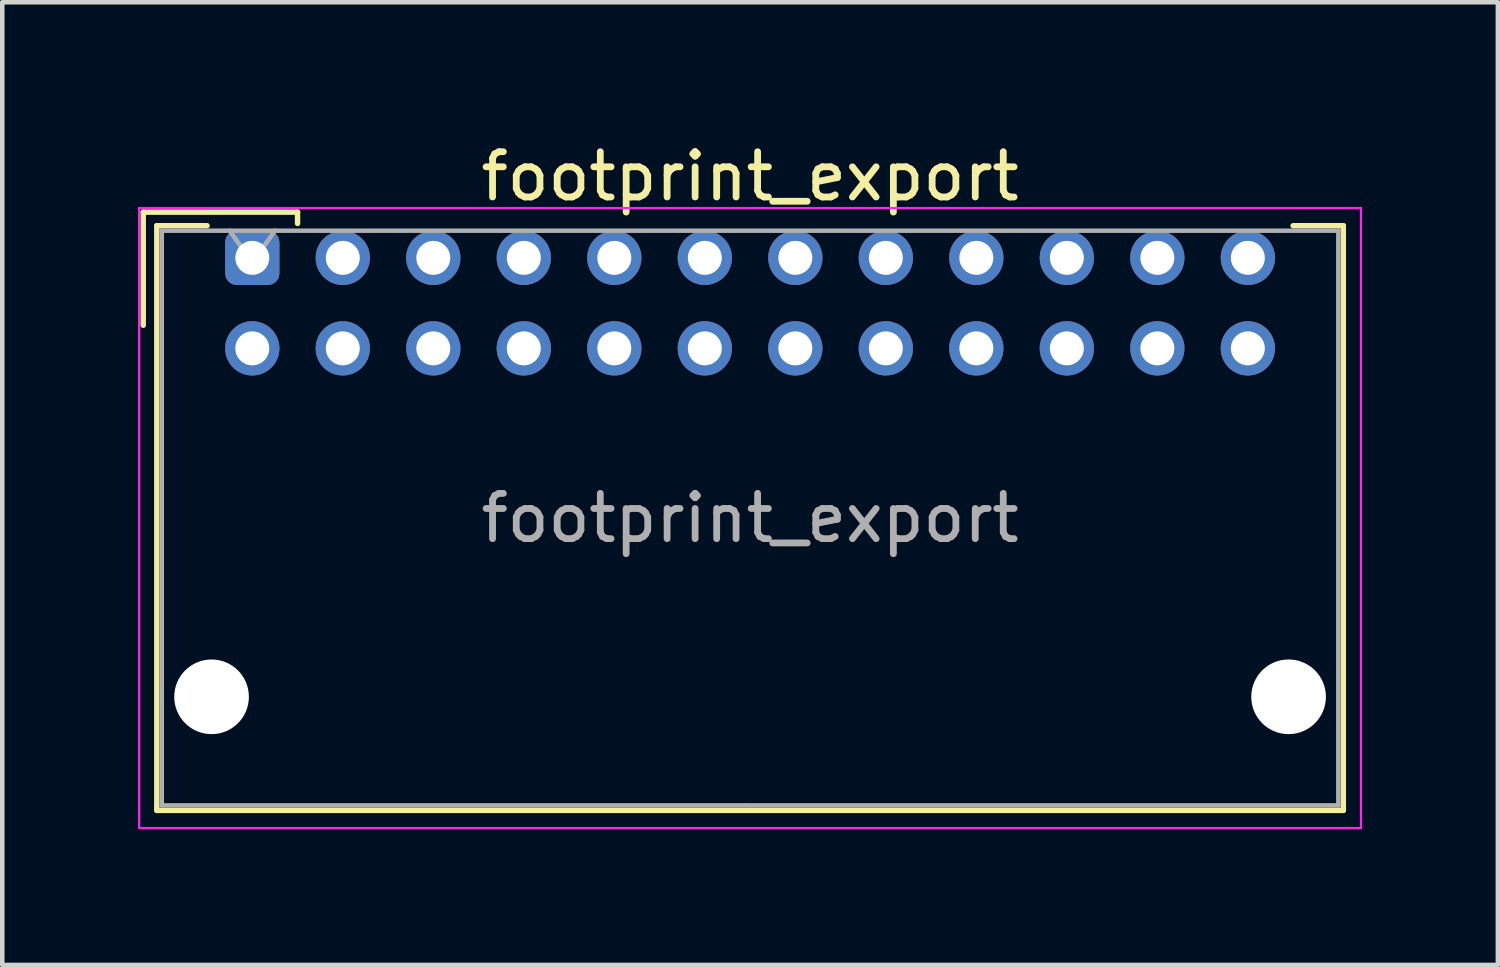
<source format=kicad_pcb>
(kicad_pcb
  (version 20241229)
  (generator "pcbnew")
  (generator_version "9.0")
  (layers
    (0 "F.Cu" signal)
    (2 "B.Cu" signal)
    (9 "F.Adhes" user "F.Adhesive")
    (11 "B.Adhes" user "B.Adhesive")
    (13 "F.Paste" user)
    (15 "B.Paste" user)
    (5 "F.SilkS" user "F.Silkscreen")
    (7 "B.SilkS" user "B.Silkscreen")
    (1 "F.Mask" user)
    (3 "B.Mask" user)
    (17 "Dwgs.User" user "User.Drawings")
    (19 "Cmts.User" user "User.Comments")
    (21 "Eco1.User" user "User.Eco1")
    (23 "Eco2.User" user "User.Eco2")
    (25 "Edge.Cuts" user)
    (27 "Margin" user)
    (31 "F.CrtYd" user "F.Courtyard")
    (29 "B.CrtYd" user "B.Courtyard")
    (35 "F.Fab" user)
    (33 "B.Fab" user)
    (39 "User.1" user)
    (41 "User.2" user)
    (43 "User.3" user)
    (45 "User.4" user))
  (footprint "footprint_export"
    (layer "F.Cu")
    (at 2.525 2.648)
    (property "Reference" "footprint_export" (at 11 -1.8 0) (layer "F.SilkS") (effects (font (size 1 1) (thickness 0.15))))
    (attr through_hole)
    (fp_line (start -2.41 -1.01) (end -2.41 1.49) (stroke (width 0.12) (type solid)) (layer "F.SilkS"))
    (fp_line (start -2.11 -0.71) (end -2.11 12.21) (stroke (width 0.12) (type solid)) (layer "F.SilkS"))
    (fp_line (start -2.11 12.21) (end 11 12.21) (stroke (width 0.12) (type solid)) (layer "F.SilkS"))
    (fp_line (start -1 -0.71) (end -2.11 -0.71) (stroke (width 0.12) (type solid)) (layer "F.SilkS"))
    (fp_line (start 1 -1.01) (end -2.41 -1.01) (stroke (width 0.12) (type solid)) (layer "F.SilkS"))
    (fp_line (start 1 -0.76) (end 1 -1.01) (stroke (width 0.12) (type solid)) (layer "F.SilkS"))
    (fp_line (start 23 -0.71) (end 24.11 -0.71) (stroke (width 0.12) (type solid)) (layer "F.SilkS"))
    (fp_line (start 24.11 -0.71) (end 24.11 12.21) (stroke (width 0.12) (type solid)) (layer "F.SilkS"))
    (fp_line (start 24.11 12.21) (end 11 12.21) (stroke (width 0.12) (type solid)) (layer "F.SilkS"))
    (fp_line (start -2.5 -1.1) (end -2.5 12.6) (stroke (width 0.05) (type solid)) (layer "F.CrtYd"))
    (fp_line (start -2.5 12.6) (end 24.5 12.6) (stroke (width 0.05) (type solid)) (layer "F.CrtYd"))
    (fp_line (start 24.5 -1.1) (end -2.5 -1.1) (stroke (width 0.05) (type solid)) (layer "F.CrtYd"))
    (fp_line (start 24.5 12.6) (end 24.5 -1.1) (stroke (width 0.05) (type solid)) (layer "F.CrtYd"))
    (fp_line (start -2 -0.6) (end -2 12.1) (stroke (width 0.1) (type solid)) (layer "F.Fab"))
    (fp_line (start -2 12.1) (end 24 12.1) (stroke (width 0.1) (type solid)) (layer "F.Fab"))
    (fp_line (start 0 0.107) (end -0.5 -0.6) (stroke (width 0.1) (type solid)) (layer "F.Fab"))
    (fp_line (start 0.5 -0.6) (end 0 0.107) (stroke (width 0.1) (type solid)) (layer "F.Fab"))
    (fp_line (start 24 -0.6) (end -2 -0.6) (stroke (width 0.1) (type solid)) (layer "F.Fab"))
    (fp_line (start 24 12.1) (end 24 -0.6) (stroke (width 0.1) (type solid)) (layer "F.Fab"))
    (fp_text user "${REFERENCE}" (at 11 5.75 0) (layer "F.Fab") (effects (font (size 1 1) (thickness 0.15))))
    (pad "" np_thru_hole circle (at -0.9 9.7) (size 1.65 1.65) (drill 1.65) (layers "*.Cu" "*.Mask"))
    (pad "" np_thru_hole circle (at 22.9 9.7) (size 1.65 1.65) (drill 1.65) (layers "*.Cu" "*.Mask"))
    (pad "1" thru_hole roundrect (at 0 0) (size 1.2 1.2) (drill 0.75) (layers "*.Cu" "*.Mask") (roundrect_rratio 0.208))
    (pad "2" thru_hole circle (at 0 2) (size 1.2 1.2) (drill 0.75) (layers "*.Cu" "*.Mask"))
    (pad "3" thru_hole circle (at 2 0) (size 1.2 1.2) (drill 0.75) (layers "*.Cu" "*.Mask"))
    (pad "4" thru_hole circle (at 2 2) (size 1.2 1.2) (drill 0.75) (layers "*.Cu" "*.Mask"))
    (pad "5" thru_hole circle (at 4 0) (size 1.2 1.2) (drill 0.75) (layers "*.Cu" "*.Mask"))
    (pad "6" thru_hole circle (at 4 2) (size 1.2 1.2) (drill 0.75) (layers "*.Cu" "*.Mask"))
    (pad "7" thru_hole circle (at 6 0) (size 1.2 1.2) (drill 0.75) (layers "*.Cu" "*.Mask"))
    (pad "8" thru_hole circle (at 6 2) (size 1.2 1.2) (drill 0.75) (layers "*.Cu" "*.Mask"))
    (pad "9" thru_hole circle (at 8 0) (size 1.2 1.2) (drill 0.75) (layers "*.Cu" "*.Mask"))
    (pad "10" thru_hole circle (at 8 2) (size 1.2 1.2) (drill 0.75) (layers "*.Cu" "*.Mask"))
    (pad "11" thru_hole circle (at 10 0) (size 1.2 1.2) (drill 0.75) (layers "*.Cu" "*.Mask"))
    (pad "12" thru_hole circle (at 10 2) (size 1.2 1.2) (drill 0.75) (layers "*.Cu" "*.Mask"))
    (pad "13" thru_hole circle (at 12 0) (size 1.2 1.2) (drill 0.75) (layers "*.Cu" "*.Mask"))
    (pad "14" thru_hole circle (at 12 2) (size 1.2 1.2) (drill 0.75) (layers "*.Cu" "*.Mask"))
    (pad "15" thru_hole circle (at 14 0) (size 1.2 1.2) (drill 0.75) (layers "*.Cu" "*.Mask"))
    (pad "16" thru_hole circle (at 14 2) (size 1.2 1.2) (drill 0.75) (layers "*.Cu" "*.Mask"))
    (pad "17" thru_hole circle (at 16 0) (size 1.2 1.2) (drill 0.75) (layers "*.Cu" "*.Mask"))
    (pad "18" thru_hole circle (at 16 2) (size 1.2 1.2) (drill 0.75) (layers "*.Cu" "*.Mask"))
    (pad "19" thru_hole circle (at 18 0) (size 1.2 1.2) (drill 0.75) (layers "*.Cu" "*.Mask"))
    (pad "20" thru_hole circle (at 18 2) (size 1.2 1.2) (drill 0.75) (layers "*.Cu" "*.Mask"))
    (pad "21" thru_hole circle (at 20 0) (size 1.2 1.2) (drill 0.75) (layers "*.Cu" "*.Mask"))
    (pad "22" thru_hole circle (at 20 2) (size 1.2 1.2) (drill 0.75) (layers "*.Cu" "*.Mask"))
    (pad "23" thru_hole circle (at 22 0) (size 1.2 1.2) (drill 0.75) (layers "*.Cu" "*.Mask"))
    (pad "24" thru_hole circle (at 22 2) (size 1.2 1.2) (drill 0.75) (layers "*.Cu" "*.Mask")))
  (gr_rect
    (start -3 -3)
    (end 30.05 18.273)
    (stroke (width 0.1) (type default))
    (fill no)
    (layer "Edge.Cuts")))
</source>
